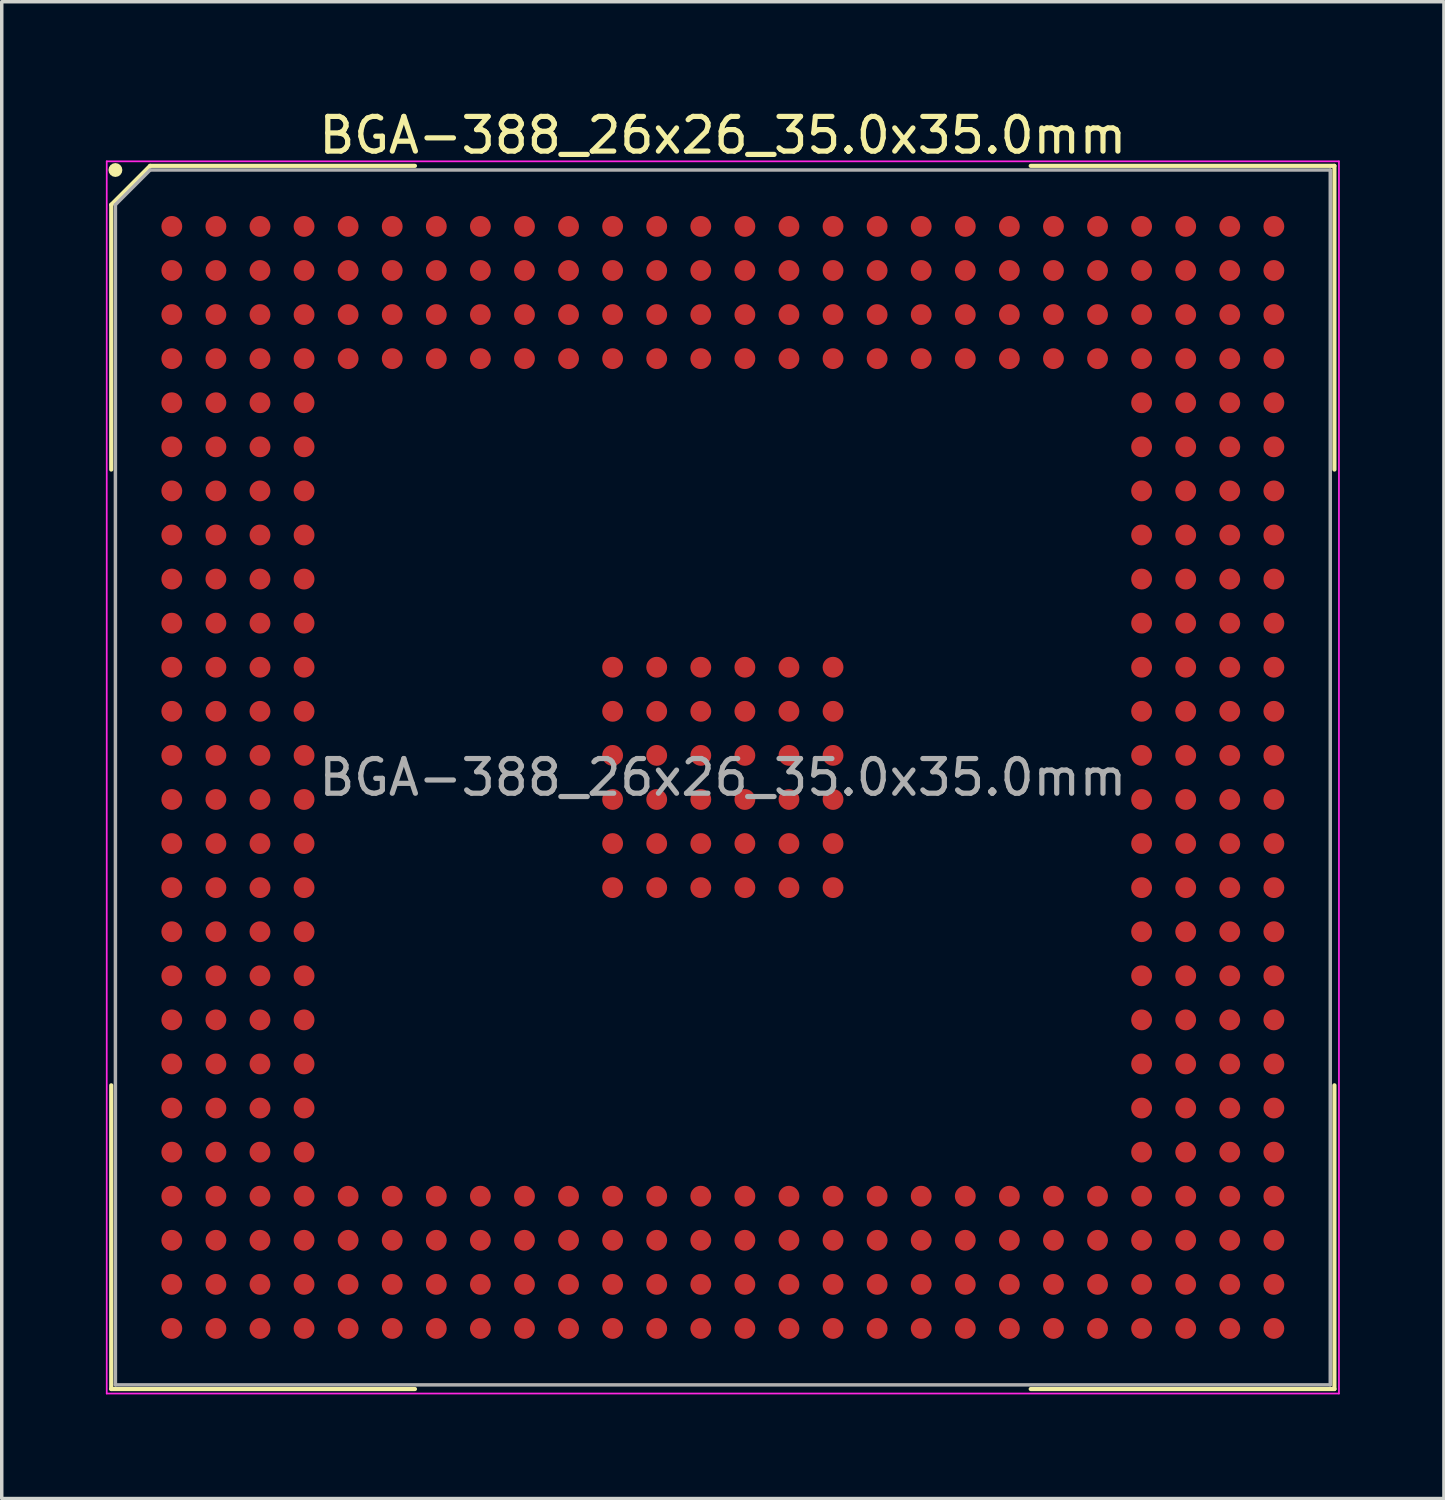
<source format=kicad_pcb>
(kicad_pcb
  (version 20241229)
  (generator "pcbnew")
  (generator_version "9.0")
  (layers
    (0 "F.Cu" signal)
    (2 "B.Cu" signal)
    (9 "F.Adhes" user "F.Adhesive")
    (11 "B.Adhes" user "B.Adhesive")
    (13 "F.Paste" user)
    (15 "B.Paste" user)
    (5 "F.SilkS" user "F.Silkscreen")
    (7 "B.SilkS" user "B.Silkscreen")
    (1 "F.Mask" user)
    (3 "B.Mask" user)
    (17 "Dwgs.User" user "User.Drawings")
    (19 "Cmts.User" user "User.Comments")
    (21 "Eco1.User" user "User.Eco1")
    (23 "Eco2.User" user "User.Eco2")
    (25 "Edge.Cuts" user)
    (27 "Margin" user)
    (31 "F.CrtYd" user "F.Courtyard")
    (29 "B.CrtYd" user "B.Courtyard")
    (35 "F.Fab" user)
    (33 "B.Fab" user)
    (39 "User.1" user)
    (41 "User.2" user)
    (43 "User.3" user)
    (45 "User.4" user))
  (footprint "BGA-388_26x26_35.0x35.0mm"
    (layer "F.Cu")
    (at 17.775 19.348)
    (property "Reference" "BGA-388_26x26_35.0x35.0mm" (at 0 -18.5 0) (layer "F.SilkS") (effects (font (size 1 1) (thickness 0.15))))
    (attr smd)
    (fp_line (start -17.62 -16.5) (end -17.62 -8.87) (stroke (width 0.12) (type default)) (layer "F.SilkS"))
    (fp_line (start -17.62 17.62) (end -17.62 8.87) (stroke (width 0.12) (type default)) (layer "F.SilkS"))
    (fp_line (start -16.5 -17.62) (end -17.62 -16.5) (stroke (width 0.12) (type default)) (layer "F.SilkS"))
    (fp_line (start -8.87 -17.62) (end -16.5 -17.62) (stroke (width 0.12) (type default)) (layer "F.SilkS"))
    (fp_line (start -8.87 17.62) (end -17.62 17.62) (stroke (width 0.12) (type default)) (layer "F.SilkS"))
    (fp_line (start 8.87 -17.62) (end 17.62 -17.62) (stroke (width 0.12) (type default)) (layer "F.SilkS"))
    (fp_line (start 8.87 17.62) (end 17.62 17.62) (stroke (width 0.12) (type default)) (layer "F.SilkS"))
    (fp_line (start 17.62 -17.62) (end 17.62 -8.87) (stroke (width 0.12) (type default)) (layer "F.SilkS"))
    (fp_line (start 17.62 17.62) (end 17.62 8.87) (stroke (width 0.12) (type default)) (layer "F.SilkS"))
    (fp_circle (center -17.5 -17.5) (end -17.5 -17.4) (stroke (width 0.2) (type default)) (fill no) (layer "F.SilkS"))
    (fp_line (start -17.75 -17.75) (end 17.75 -17.75) (stroke (width 0.05) (type default)) (layer "F.CrtYd"))
    (fp_line (start -17.75 17.75) (end -17.75 -17.75) (stroke (width 0.05) (type default)) (layer "F.CrtYd"))
    (fp_line (start 17.75 -17.75) (end 17.75 17.75) (stroke (width 0.05) (type default)) (layer "F.CrtYd"))
    (fp_line (start 17.75 17.75) (end -17.75 17.75) (stroke (width 0.05) (type default)) (layer "F.CrtYd"))
    (fp_line (start -17.5 -16.5) (end -17.5 17.5) (stroke (width 0.1) (type default)) (layer "F.Fab"))
    (fp_line (start -17.5 17.5) (end 17.5 17.5) (stroke (width 0.1) (type default)) (layer "F.Fab"))
    (fp_line (start -16.5 -17.5) (end -17.5 -16.5) (stroke (width 0.1) (type default)) (layer "F.Fab"))
    (fp_line (start 17.5 -17.5) (end -16.5 -17.5) (stroke (width 0.1) (type default)) (layer "F.Fab"))
    (fp_line (start 17.5 17.5) (end 17.5 -17.5) (stroke (width 0.1) (type default)) (layer "F.Fab"))
    (fp_text user "${REFERENCE}" (at 0 0 0) (layer "F.Fab") (effects (font (size 1 1) (thickness 0.15))))
    (pad "A1" smd circle (at -15.875 -15.875) (size 0.6 0.6) (layers "F.Cu" "F.Mask" "F.Paste"))
    (pad "A2" smd circle (at -14.605 -15.875) (size 0.6 0.6) (layers "F.Cu" "F.Mask" "F.Paste"))
    (pad "A3" smd circle (at -13.335 -15.875) (size 0.6 0.6) (layers "F.Cu" "F.Mask" "F.Paste"))
    (pad "A4" smd circle (at -12.065 -15.875) (size 0.6 0.6) (layers "F.Cu" "F.Mask" "F.Paste"))
    (pad "A5" smd circle (at -10.795 -15.875) (size 0.6 0.6) (layers "F.Cu" "F.Mask" "F.Paste"))
    (pad "A6" smd circle (at -9.525 -15.875) (size 0.6 0.6) (layers "F.Cu" "F.Mask" "F.Paste"))
    (pad "A7" smd circle (at -8.255 -15.875) (size 0.6 0.6) (layers "F.Cu" "F.Mask" "F.Paste"))
    (pad "A8" smd circle (at -6.985 -15.875) (size 0.6 0.6) (layers "F.Cu" "F.Mask" "F.Paste"))
    (pad "A9" smd circle (at -5.715 -15.875) (size 0.6 0.6) (layers "F.Cu" "F.Mask" "F.Paste"))
    (pad "A10" smd circle (at -4.445 -15.875) (size 0.6 0.6) (layers "F.Cu" "F.Mask" "F.Paste"))
    (pad "A11" smd circle (at -3.175 -15.875) (size 0.6 0.6) (layers "F.Cu" "F.Mask" "F.Paste"))
    (pad "A12" smd circle (at -1.905 -15.875) (size 0.6 0.6) (layers "F.Cu" "F.Mask" "F.Paste"))
    (pad "A13" smd circle (at -0.635 -15.875) (size 0.6 0.6) (layers "F.Cu" "F.Mask" "F.Paste"))
    (pad "A14" smd circle (at 0.635 -15.875) (size 0.6 0.6) (layers "F.Cu" "F.Mask" "F.Paste"))
    (pad "A15" smd circle (at 1.905 -15.875) (size 0.6 0.6) (layers "F.Cu" "F.Mask" "F.Paste"))
    (pad "A16" smd circle (at 3.175 -15.875) (size 0.6 0.6) (layers "F.Cu" "F.Mask" "F.Paste"))
    (pad "A17" smd circle (at 4.445 -15.875) (size 0.6 0.6) (layers "F.Cu" "F.Mask" "F.Paste"))
    (pad "A18" smd circle (at 5.715 -15.875) (size 0.6 0.6) (layers "F.Cu" "F.Mask" "F.Paste"))
    (pad "A19" smd circle (at 6.985 -15.875) (size 0.6 0.6) (layers "F.Cu" "F.Mask" "F.Paste"))
    (pad "A20" smd circle (at 8.255 -15.875) (size 0.6 0.6) (layers "F.Cu" "F.Mask" "F.Paste"))
    (pad "A21" smd circle (at 9.525 -15.875) (size 0.6 0.6) (layers "F.Cu" "F.Mask" "F.Paste"))
    (pad "A22" smd circle (at 10.795 -15.875) (size 0.6 0.6) (layers "F.Cu" "F.Mask" "F.Paste"))
    (pad "A23" smd circle (at 12.065 -15.875) (size 0.6 0.6) (layers "F.Cu" "F.Mask" "F.Paste"))
    (pad "A24" smd circle (at 13.335 -15.875) (size 0.6 0.6) (layers "F.Cu" "F.Mask" "F.Paste"))
    (pad "A25" smd circle (at 14.605 -15.875) (size 0.6 0.6) (layers "F.Cu" "F.Mask" "F.Paste"))
    (pad "A26" smd circle (at 15.875 -15.875) (size 0.6 0.6) (layers "F.Cu" "F.Mask" "F.Paste"))
    (pad "AA1" smd circle (at -15.875 9.525) (size 0.6 0.6) (layers "F.Cu" "F.Mask" "F.Paste"))
    (pad "AA2" smd circle (at -14.605 9.525) (size 0.6 0.6) (layers "F.Cu" "F.Mask" "F.Paste"))
    (pad "AA3" smd circle (at -13.335 9.525) (size 0.6 0.6) (layers "F.Cu" "F.Mask" "F.Paste"))
    (pad "AA4" smd circle (at -12.065 9.525) (size 0.6 0.6) (layers "F.Cu" "F.Mask" "F.Paste"))
    (pad "AA23" smd circle (at 12.065 9.525) (size 0.6 0.6) (layers "F.Cu" "F.Mask" "F.Paste"))
    (pad "AA24" smd circle (at 13.335 9.525) (size 0.6 0.6) (layers "F.Cu" "F.Mask" "F.Paste"))
    (pad "AA25" smd circle (at 14.605 9.525) (size 0.6 0.6) (layers "F.Cu" "F.Mask" "F.Paste"))
    (pad "AA26" smd circle (at 15.875 9.525) (size 0.6 0.6) (layers "F.Cu" "F.Mask" "F.Paste"))
    (pad "AB1" smd circle (at -15.875 10.795) (size 0.6 0.6) (layers "F.Cu" "F.Mask" "F.Paste"))
    (pad "AB2" smd circle (at -14.605 10.795) (size 0.6 0.6) (layers "F.Cu" "F.Mask" "F.Paste"))
    (pad "AB3" smd circle (at -13.335 10.795) (size 0.6 0.6) (layers "F.Cu" "F.Mask" "F.Paste"))
    (pad "AB4" smd circle (at -12.065 10.795) (size 0.6 0.6) (layers "F.Cu" "F.Mask" "F.Paste"))
    (pad "AB23" smd circle (at 12.065 10.795) (size 0.6 0.6) (layers "F.Cu" "F.Mask" "F.Paste"))
    (pad "AB24" smd circle (at 13.335 10.795) (size 0.6 0.6) (layers "F.Cu" "F.Mask" "F.Paste"))
    (pad "AB25" smd circle (at 14.605 10.795) (size 0.6 0.6) (layers "F.Cu" "F.Mask" "F.Paste"))
    (pad "AB26" smd circle (at 15.875 10.795) (size 0.6 0.6) (layers "F.Cu" "F.Mask" "F.Paste"))
    (pad "AC1" smd circle (at -15.875 12.065) (size 0.6 0.6) (layers "F.Cu" "F.Mask" "F.Paste"))
    (pad "AC2" smd circle (at -14.605 12.065) (size 0.6 0.6) (layers "F.Cu" "F.Mask" "F.Paste"))
    (pad "AC3" smd circle (at -13.335 12.065) (size 0.6 0.6) (layers "F.Cu" "F.Mask" "F.Paste"))
    (pad "AC4" smd circle (at -12.065 12.065) (size 0.6 0.6) (layers "F.Cu" "F.Mask" "F.Paste"))
    (pad "AC5" smd circle (at -10.795 12.065) (size 0.6 0.6) (layers "F.Cu" "F.Mask" "F.Paste"))
    (pad "AC6" smd circle (at -9.525 12.065) (size 0.6 0.6) (layers "F.Cu" "F.Mask" "F.Paste"))
    (pad "AC7" smd circle (at -8.255 12.065) (size 0.6 0.6) (layers "F.Cu" "F.Mask" "F.Paste"))
    (pad "AC8" smd circle (at -6.985 12.065) (size 0.6 0.6) (layers "F.Cu" "F.Mask" "F.Paste"))
    (pad "AC9" smd circle (at -5.715 12.065) (size 0.6 0.6) (layers "F.Cu" "F.Mask" "F.Paste"))
    (pad "AC10" smd circle (at -4.445 12.065) (size 0.6 0.6) (layers "F.Cu" "F.Mask" "F.Paste"))
    (pad "AC11" smd circle (at -3.175 12.065) (size 0.6 0.6) (layers "F.Cu" "F.Mask" "F.Paste"))
    (pad "AC12" smd circle (at -1.905 12.065) (size 0.6 0.6) (layers "F.Cu" "F.Mask" "F.Paste"))
    (pad "AC13" smd circle (at -0.635 12.065) (size 0.6 0.6) (layers "F.Cu" "F.Mask" "F.Paste"))
    (pad "AC14" smd circle (at 0.635 12.065) (size 0.6 0.6) (layers "F.Cu" "F.Mask" "F.Paste"))
    (pad "AC15" smd circle (at 1.905 12.065) (size 0.6 0.6) (layers "F.Cu" "F.Mask" "F.Paste"))
    (pad "AC16" smd circle (at 3.175 12.065) (size 0.6 0.6) (layers "F.Cu" "F.Mask" "F.Paste"))
    (pad "AC17" smd circle (at 4.445 12.065) (size 0.6 0.6) (layers "F.Cu" "F.Mask" "F.Paste"))
    (pad "AC18" smd circle (at 5.715 12.065) (size 0.6 0.6) (layers "F.Cu" "F.Mask" "F.Paste"))
    (pad "AC19" smd circle (at 6.985 12.065) (size 0.6 0.6) (layers "F.Cu" "F.Mask" "F.Paste"))
    (pad "AC20" smd circle (at 8.255 12.065) (size 0.6 0.6) (layers "F.Cu" "F.Mask" "F.Paste"))
    (pad "AC21" smd circle (at 9.525 12.065) (size 0.6 0.6) (layers "F.Cu" "F.Mask" "F.Paste"))
    (pad "AC22" smd circle (at 10.795 12.065) (size 0.6 0.6) (layers "F.Cu" "F.Mask" "F.Paste"))
    (pad "AC23" smd circle (at 12.065 12.065) (size 0.6 0.6) (layers "F.Cu" "F.Mask" "F.Paste"))
    (pad "AC24" smd circle (at 13.335 12.065) (size 0.6 0.6) (layers "F.Cu" "F.Mask" "F.Paste"))
    (pad "AC25" smd circle (at 14.605 12.065) (size 0.6 0.6) (layers "F.Cu" "F.Mask" "F.Paste"))
    (pad "AC26" smd circle (at 15.875 12.065) (size 0.6 0.6) (layers "F.Cu" "F.Mask" "F.Paste"))
    (pad "AD1" smd circle (at -15.875 13.335) (size 0.6 0.6) (layers "F.Cu" "F.Mask" "F.Paste"))
    (pad "AD2" smd circle (at -14.605 13.335) (size 0.6 0.6) (layers "F.Cu" "F.Mask" "F.Paste"))
    (pad "AD3" smd circle (at -13.335 13.335) (size 0.6 0.6) (layers "F.Cu" "F.Mask" "F.Paste"))
    (pad "AD4" smd circle (at -12.065 13.335) (size 0.6 0.6) (layers "F.Cu" "F.Mask" "F.Paste"))
    (pad "AD5" smd circle (at -10.795 13.335) (size 0.6 0.6) (layers "F.Cu" "F.Mask" "F.Paste"))
    (pad "AD6" smd circle (at -9.525 13.335) (size 0.6 0.6) (layers "F.Cu" "F.Mask" "F.Paste"))
    (pad "AD7" smd circle (at -8.255 13.335) (size 0.6 0.6) (layers "F.Cu" "F.Mask" "F.Paste"))
    (pad "AD8" smd circle (at -6.985 13.335) (size 0.6 0.6) (layers "F.Cu" "F.Mask" "F.Paste"))
    (pad "AD9" smd circle (at -5.715 13.335) (size 0.6 0.6) (layers "F.Cu" "F.Mask" "F.Paste"))
    (pad "AD10" smd circle (at -4.445 13.335) (size 0.6 0.6) (layers "F.Cu" "F.Mask" "F.Paste"))
    (pad "AD11" smd circle (at -3.175 13.335) (size 0.6 0.6) (layers "F.Cu" "F.Mask" "F.Paste"))
    (pad "AD12" smd circle (at -1.905 13.335) (size 0.6 0.6) (layers "F.Cu" "F.Mask" "F.Paste"))
    (pad "AD13" smd circle (at -0.635 13.335) (size 0.6 0.6) (layers "F.Cu" "F.Mask" "F.Paste"))
    (pad "AD14" smd circle (at 0.635 13.335) (size 0.6 0.6) (layers "F.Cu" "F.Mask" "F.Paste"))
    (pad "AD15" smd circle (at 1.905 13.335) (size 0.6 0.6) (layers "F.Cu" "F.Mask" "F.Paste"))
    (pad "AD16" smd circle (at 3.175 13.335) (size 0.6 0.6) (layers "F.Cu" "F.Mask" "F.Paste"))
    (pad "AD17" smd circle (at 4.445 13.335) (size 0.6 0.6) (layers "F.Cu" "F.Mask" "F.Paste"))
    (pad "AD18" smd circle (at 5.715 13.335) (size 0.6 0.6) (layers "F.Cu" "F.Mask" "F.Paste"))
    (pad "AD19" smd circle (at 6.985 13.335) (size 0.6 0.6) (layers "F.Cu" "F.Mask" "F.Paste"))
    (pad "AD20" smd circle (at 8.255 13.335) (size 0.6 0.6) (layers "F.Cu" "F.Mask" "F.Paste"))
    (pad "AD21" smd circle (at 9.525 13.335) (size 0.6 0.6) (layers "F.Cu" "F.Mask" "F.Paste"))
    (pad "AD22" smd circle (at 10.795 13.335) (size 0.6 0.6) (layers "F.Cu" "F.Mask" "F.Paste"))
    (pad "AD23" smd circle (at 12.065 13.335) (size 0.6 0.6) (layers "F.Cu" "F.Mask" "F.Paste"))
    (pad "AD24" smd circle (at 13.335 13.335) (size 0.6 0.6) (layers "F.Cu" "F.Mask" "F.Paste"))
    (pad "AD25" smd circle (at 14.605 13.335) (size 0.6 0.6) (layers "F.Cu" "F.Mask" "F.Paste"))
    (pad "AD26" smd circle (at 15.875 13.335) (size 0.6 0.6) (layers "F.Cu" "F.Mask" "F.Paste"))
    (pad "AE1" smd circle (at -15.875 14.605) (size 0.6 0.6) (layers "F.Cu" "F.Mask" "F.Paste"))
    (pad "AE2" smd circle (at -14.605 14.605) (size 0.6 0.6) (layers "F.Cu" "F.Mask" "F.Paste"))
    (pad "AE3" smd circle (at -13.335 14.605) (size 0.6 0.6) (layers "F.Cu" "F.Mask" "F.Paste"))
    (pad "AE4" smd circle (at -12.065 14.605) (size 0.6 0.6) (layers "F.Cu" "F.Mask" "F.Paste"))
    (pad "AE5" smd circle (at -10.795 14.605) (size 0.6 0.6) (layers "F.Cu" "F.Mask" "F.Paste"))
    (pad "AE6" smd circle (at -9.525 14.605) (size 0.6 0.6) (layers "F.Cu" "F.Mask" "F.Paste"))
    (pad "AE7" smd circle (at -8.255 14.605) (size 0.6 0.6) (layers "F.Cu" "F.Mask" "F.Paste"))
    (pad "AE8" smd circle (at -6.985 14.605) (size 0.6 0.6) (layers "F.Cu" "F.Mask" "F.Paste"))
    (pad "AE9" smd circle (at -5.715 14.605) (size 0.6 0.6) (layers "F.Cu" "F.Mask" "F.Paste"))
    (pad "AE10" smd circle (at -4.445 14.605) (size 0.6 0.6) (layers "F.Cu" "F.Mask" "F.Paste"))
    (pad "AE11" smd circle (at -3.175 14.605) (size 0.6 0.6) (layers "F.Cu" "F.Mask" "F.Paste"))
    (pad "AE12" smd circle (at -1.905 14.605) (size 0.6 0.6) (layers "F.Cu" "F.Mask" "F.Paste"))
    (pad "AE13" smd circle (at -0.635 14.605) (size 0.6 0.6) (layers "F.Cu" "F.Mask" "F.Paste"))
    (pad "AE14" smd circle (at 0.635 14.605) (size 0.6 0.6) (layers "F.Cu" "F.Mask" "F.Paste"))
    (pad "AE15" smd circle (at 1.905 14.605) (size 0.6 0.6) (layers "F.Cu" "F.Mask" "F.Paste"))
    (pad "AE16" smd circle (at 3.175 14.605) (size 0.6 0.6) (layers "F.Cu" "F.Mask" "F.Paste"))
    (pad "AE17" smd circle (at 4.445 14.605) (size 0.6 0.6) (layers "F.Cu" "F.Mask" "F.Paste"))
    (pad "AE18" smd circle (at 5.715 14.605) (size 0.6 0.6) (layers "F.Cu" "F.Mask" "F.Paste"))
    (pad "AE19" smd circle (at 6.985 14.605) (size 0.6 0.6) (layers "F.Cu" "F.Mask" "F.Paste"))
    (pad "AE20" smd circle (at 8.255 14.605) (size 0.6 0.6) (layers "F.Cu" "F.Mask" "F.Paste"))
    (pad "AE21" smd circle (at 9.525 14.605) (size 0.6 0.6) (layers "F.Cu" "F.Mask" "F.Paste"))
    (pad "AE22" smd circle (at 10.795 14.605) (size 0.6 0.6) (layers "F.Cu" "F.Mask" "F.Paste"))
    (pad "AE23" smd circle (at 12.065 14.605) (size 0.6 0.6) (layers "F.Cu" "F.Mask" "F.Paste"))
    (pad "AE24" smd circle (at 13.335 14.605) (size 0.6 0.6) (layers "F.Cu" "F.Mask" "F.Paste"))
    (pad "AE25" smd circle (at 14.605 14.605) (size 0.6 0.6) (layers "F.Cu" "F.Mask" "F.Paste"))
    (pad "AE26" smd circle (at 15.875 14.605) (size 0.6 0.6) (layers "F.Cu" "F.Mask" "F.Paste"))
    (pad "AF1" smd circle (at -15.875 15.875) (size 0.6 0.6) (layers "F.Cu" "F.Mask" "F.Paste"))
    (pad "AF2" smd circle (at -14.605 15.875) (size 0.6 0.6) (layers "F.Cu" "F.Mask" "F.Paste"))
    (pad "AF3" smd circle (at -13.335 15.875) (size 0.6 0.6) (layers "F.Cu" "F.Mask" "F.Paste"))
    (pad "AF4" smd circle (at -12.065 15.875) (size 0.6 0.6) (layers "F.Cu" "F.Mask" "F.Paste"))
    (pad "AF5" smd circle (at -10.795 15.875) (size 0.6 0.6) (layers "F.Cu" "F.Mask" "F.Paste"))
    (pad "AF6" smd circle (at -9.525 15.875) (size 0.6 0.6) (layers "F.Cu" "F.Mask" "F.Paste"))
    (pad "AF7" smd circle (at -8.255 15.875) (size 0.6 0.6) (layers "F.Cu" "F.Mask" "F.Paste"))
    (pad "AF8" smd circle (at -6.985 15.875) (size 0.6 0.6) (layers "F.Cu" "F.Mask" "F.Paste"))
    (pad "AF9" smd circle (at -5.715 15.875) (size 0.6 0.6) (layers "F.Cu" "F.Mask" "F.Paste"))
    (pad "AF10" smd circle (at -4.445 15.875) (size 0.6 0.6) (layers "F.Cu" "F.Mask" "F.Paste"))
    (pad "AF11" smd circle (at -3.175 15.875) (size 0.6 0.6) (layers "F.Cu" "F.Mask" "F.Paste"))
    (pad "AF12" smd circle (at -1.905 15.875) (size 0.6 0.6) (layers "F.Cu" "F.Mask" "F.Paste"))
    (pad "AF13" smd circle (at -0.635 15.875) (size 0.6 0.6) (layers "F.Cu" "F.Mask" "F.Paste"))
    (pad "AF14" smd circle (at 0.635 15.875) (size 0.6 0.6) (layers "F.Cu" "F.Mask" "F.Paste"))
    (pad "AF15" smd circle (at 1.905 15.875) (size 0.6 0.6) (layers "F.Cu" "F.Mask" "F.Paste"))
    (pad "AF16" smd circle (at 3.175 15.875) (size 0.6 0.6) (layers "F.Cu" "F.Mask" "F.Paste"))
    (pad "AF17" smd circle (at 4.445 15.875) (size 0.6 0.6) (layers "F.Cu" "F.Mask" "F.Paste"))
    (pad "AF18" smd circle (at 5.715 15.875) (size 0.6 0.6) (layers "F.Cu" "F.Mask" "F.Paste"))
    (pad "AF19" smd circle (at 6.985 15.875) (size 0.6 0.6) (layers "F.Cu" "F.Mask" "F.Paste"))
    (pad "AF20" smd circle (at 8.255 15.875) (size 0.6 0.6) (layers "F.Cu" "F.Mask" "F.Paste"))
    (pad "AF21" smd circle (at 9.525 15.875) (size 0.6 0.6) (layers "F.Cu" "F.Mask" "F.Paste"))
    (pad "AF22" smd circle (at 10.795 15.875) (size 0.6 0.6) (layers "F.Cu" "F.Mask" "F.Paste"))
    (pad "AF23" smd circle (at 12.065 15.875) (size 0.6 0.6) (layers "F.Cu" "F.Mask" "F.Paste"))
    (pad "AF24" smd circle (at 13.335 15.875) (size 0.6 0.6) (layers "F.Cu" "F.Mask" "F.Paste"))
    (pad "AF25" smd circle (at 14.605 15.875) (size 0.6 0.6) (layers "F.Cu" "F.Mask" "F.Paste"))
    (pad "AF26" smd circle (at 15.875 15.875) (size 0.6 0.6) (layers "F.Cu" "F.Mask" "F.Paste"))
    (pad "B1" smd circle (at -15.875 -14.605) (size 0.6 0.6) (layers "F.Cu" "F.Mask" "F.Paste"))
    (pad "B2" smd circle (at -14.605 -14.605) (size 0.6 0.6) (layers "F.Cu" "F.Mask" "F.Paste"))
    (pad "B3" smd circle (at -13.335 -14.605) (size 0.6 0.6) (layers "F.Cu" "F.Mask" "F.Paste"))
    (pad "B4" smd circle (at -12.065 -14.605) (size 0.6 0.6) (layers "F.Cu" "F.Mask" "F.Paste"))
    (pad "B5" smd circle (at -10.795 -14.605) (size 0.6 0.6) (layers "F.Cu" "F.Mask" "F.Paste"))
    (pad "B6" smd circle (at -9.525 -14.605) (size 0.6 0.6) (layers "F.Cu" "F.Mask" "F.Paste"))
    (pad "B7" smd circle (at -8.255 -14.605) (size 0.6 0.6) (layers "F.Cu" "F.Mask" "F.Paste"))
    (pad "B8" smd circle (at -6.985 -14.605) (size 0.6 0.6) (layers "F.Cu" "F.Mask" "F.Paste"))
    (pad "B9" smd circle (at -5.715 -14.605) (size 0.6 0.6) (layers "F.Cu" "F.Mask" "F.Paste"))
    (pad "B10" smd circle (at -4.445 -14.605) (size 0.6 0.6) (layers "F.Cu" "F.Mask" "F.Paste"))
    (pad "B11" smd circle (at -3.175 -14.605) (size 0.6 0.6) (layers "F.Cu" "F.Mask" "F.Paste"))
    (pad "B12" smd circle (at -1.905 -14.605) (size 0.6 0.6) (layers "F.Cu" "F.Mask" "F.Paste"))
    (pad "B13" smd circle (at -0.635 -14.605) (size 0.6 0.6) (layers "F.Cu" "F.Mask" "F.Paste"))
    (pad "B14" smd circle (at 0.635 -14.605) (size 0.6 0.6) (layers "F.Cu" "F.Mask" "F.Paste"))
    (pad "B15" smd circle (at 1.905 -14.605) (size 0.6 0.6) (layers "F.Cu" "F.Mask" "F.Paste"))
    (pad "B16" smd circle (at 3.175 -14.605) (size 0.6 0.6) (layers "F.Cu" "F.Mask" "F.Paste"))
    (pad "B17" smd circle (at 4.445 -14.605) (size 0.6 0.6) (layers "F.Cu" "F.Mask" "F.Paste"))
    (pad "B18" smd circle (at 5.715 -14.605) (size 0.6 0.6) (layers "F.Cu" "F.Mask" "F.Paste"))
    (pad "B19" smd circle (at 6.985 -14.605) (size 0.6 0.6) (layers "F.Cu" "F.Mask" "F.Paste"))
    (pad "B20" smd circle (at 8.255 -14.605) (size 0.6 0.6) (layers "F.Cu" "F.Mask" "F.Paste"))
    (pad "B21" smd circle (at 9.525 -14.605) (size 0.6 0.6) (layers "F.Cu" "F.Mask" "F.Paste"))
    (pad "B22" smd circle (at 10.795 -14.605) (size 0.6 0.6) (layers "F.Cu" "F.Mask" "F.Paste"))
    (pad "B23" smd circle (at 12.065 -14.605) (size 0.6 0.6) (layers "F.Cu" "F.Mask" "F.Paste"))
    (pad "B24" smd circle (at 13.335 -14.605) (size 0.6 0.6) (layers "F.Cu" "F.Mask" "F.Paste"))
    (pad "B25" smd circle (at 14.605 -14.605) (size 0.6 0.6) (layers "F.Cu" "F.Mask" "F.Paste"))
    (pad "B26" smd circle (at 15.875 -14.605) (size 0.6 0.6) (layers "F.Cu" "F.Mask" "F.Paste"))
    (pad "C1" smd circle (at -15.875 -13.335) (size 0.6 0.6) (layers "F.Cu" "F.Mask" "F.Paste"))
    (pad "C2" smd circle (at -14.605 -13.335) (size 0.6 0.6) (layers "F.Cu" "F.Mask" "F.Paste"))
    (pad "C3" smd circle (at -13.335 -13.335) (size 0.6 0.6) (layers "F.Cu" "F.Mask" "F.Paste"))
    (pad "C4" smd circle (at -12.065 -13.335) (size 0.6 0.6) (layers "F.Cu" "F.Mask" "F.Paste"))
    (pad "C5" smd circle (at -10.795 -13.335) (size 0.6 0.6) (layers "F.Cu" "F.Mask" "F.Paste"))
    (pad "C6" smd circle (at -9.525 -13.335) (size 0.6 0.6) (layers "F.Cu" "F.Mask" "F.Paste"))
    (pad "C7" smd circle (at -8.255 -13.335) (size 0.6 0.6) (layers "F.Cu" "F.Mask" "F.Paste"))
    (pad "C8" smd circle (at -6.985 -13.335) (size 0.6 0.6) (layers "F.Cu" "F.Mask" "F.Paste"))
    (pad "C9" smd circle (at -5.715 -13.335) (size 0.6 0.6) (layers "F.Cu" "F.Mask" "F.Paste"))
    (pad "C10" smd circle (at -4.445 -13.335) (size 0.6 0.6) (layers "F.Cu" "F.Mask" "F.Paste"))
    (pad "C11" smd circle (at -3.175 -13.335) (size 0.6 0.6) (layers "F.Cu" "F.Mask" "F.Paste"))
    (pad "C12" smd circle (at -1.905 -13.335) (size 0.6 0.6) (layers "F.Cu" "F.Mask" "F.Paste"))
    (pad "C13" smd circle (at -0.635 -13.335) (size 0.6 0.6) (layers "F.Cu" "F.Mask" "F.Paste"))
    (pad "C14" smd circle (at 0.635 -13.335) (size 0.6 0.6) (layers "F.Cu" "F.Mask" "F.Paste"))
    (pad "C15" smd circle (at 1.905 -13.335) (size 0.6 0.6) (layers "F.Cu" "F.Mask" "F.Paste"))
    (pad "C16" smd circle (at 3.175 -13.335) (size 0.6 0.6) (layers "F.Cu" "F.Mask" "F.Paste"))
    (pad "C17" smd circle (at 4.445 -13.335) (size 0.6 0.6) (layers "F.Cu" "F.Mask" "F.Paste"))
    (pad "C18" smd circle (at 5.715 -13.335) (size 0.6 0.6) (layers "F.Cu" "F.Mask" "F.Paste"))
    (pad "C19" smd circle (at 6.985 -13.335) (size 0.6 0.6) (layers "F.Cu" "F.Mask" "F.Paste"))
    (pad "C20" smd circle (at 8.255 -13.335) (size 0.6 0.6) (layers "F.Cu" "F.Mask" "F.Paste"))
    (pad "C21" smd circle (at 9.525 -13.335) (size 0.6 0.6) (layers "F.Cu" "F.Mask" "F.Paste"))
    (pad "C22" smd circle (at 10.795 -13.335) (size 0.6 0.6) (layers "F.Cu" "F.Mask" "F.Paste"))
    (pad "C23" smd circle (at 12.065 -13.335) (size 0.6 0.6) (layers "F.Cu" "F.Mask" "F.Paste"))
    (pad "C24" smd circle (at 13.335 -13.335) (size 0.6 0.6) (layers "F.Cu" "F.Mask" "F.Paste"))
    (pad "C25" smd circle (at 14.605 -13.335) (size 0.6 0.6) (layers "F.Cu" "F.Mask" "F.Paste"))
    (pad "C26" smd circle (at 15.875 -13.335) (size 0.6 0.6) (layers "F.Cu" "F.Mask" "F.Paste"))
    (pad "D1" smd circle (at -15.875 -12.065) (size 0.6 0.6) (layers "F.Cu" "F.Mask" "F.Paste"))
    (pad "D2" smd circle (at -14.605 -12.065) (size 0.6 0.6) (layers "F.Cu" "F.Mask" "F.Paste"))
    (pad "D3" smd circle (at -13.335 -12.065) (size 0.6 0.6) (layers "F.Cu" "F.Mask" "F.Paste"))
    (pad "D4" smd circle (at -12.065 -12.065) (size 0.6 0.6) (layers "F.Cu" "F.Mask" "F.Paste"))
    (pad "D5" smd circle (at -10.795 -12.065) (size 0.6 0.6) (layers "F.Cu" "F.Mask" "F.Paste"))
    (pad "D6" smd circle (at -9.525 -12.065) (size 0.6 0.6) (layers "F.Cu" "F.Mask" "F.Paste"))
    (pad "D7" smd circle (at -8.255 -12.065) (size 0.6 0.6) (layers "F.Cu" "F.Mask" "F.Paste"))
    (pad "D8" smd circle (at -6.985 -12.065) (size 0.6 0.6) (layers "F.Cu" "F.Mask" "F.Paste"))
    (pad "D9" smd circle (at -5.715 -12.065) (size 0.6 0.6) (layers "F.Cu" "F.Mask" "F.Paste"))
    (pad "D10" smd circle (at -4.445 -12.065) (size 0.6 0.6) (layers "F.Cu" "F.Mask" "F.Paste"))
    (pad "D11" smd circle (at -3.175 -12.065) (size 0.6 0.6) (layers "F.Cu" "F.Mask" "F.Paste"))
    (pad "D12" smd circle (at -1.905 -12.065) (size 0.6 0.6) (layers "F.Cu" "F.Mask" "F.Paste"))
    (pad "D13" smd circle (at -0.635 -12.065) (size 0.6 0.6) (layers "F.Cu" "F.Mask" "F.Paste"))
    (pad "D14" smd circle (at 0.635 -12.065) (size 0.6 0.6) (layers "F.Cu" "F.Mask" "F.Paste"))
    (pad "D15" smd circle (at 1.905 -12.065) (size 0.6 0.6) (layers "F.Cu" "F.Mask" "F.Paste"))
    (pad "D16" smd circle (at 3.175 -12.065) (size 0.6 0.6) (layers "F.Cu" "F.Mask" "F.Paste"))
    (pad "D17" smd circle (at 4.445 -12.065) (size 0.6 0.6) (layers "F.Cu" "F.Mask" "F.Paste"))
    (pad "D18" smd circle (at 5.715 -12.065) (size 0.6 0.6) (layers "F.Cu" "F.Mask" "F.Paste"))
    (pad "D19" smd circle (at 6.985 -12.065) (size 0.6 0.6) (layers "F.Cu" "F.Mask" "F.Paste"))
    (pad "D20" smd circle (at 8.255 -12.065) (size 0.6 0.6) (layers "F.Cu" "F.Mask" "F.Paste"))
    (pad "D21" smd circle (at 9.525 -12.065) (size 0.6 0.6) (layers "F.Cu" "F.Mask" "F.Paste"))
    (pad "D22" smd circle (at 10.795 -12.065) (size 0.6 0.6) (layers "F.Cu" "F.Mask" "F.Paste"))
    (pad "D23" smd circle (at 12.065 -12.065) (size 0.6 0.6) (layers "F.Cu" "F.Mask" "F.Paste"))
    (pad "D24" smd circle (at 13.335 -12.065) (size 0.6 0.6) (layers "F.Cu" "F.Mask" "F.Paste"))
    (pad "D25" smd circle (at 14.605 -12.065) (size 0.6 0.6) (layers "F.Cu" "F.Mask" "F.Paste"))
    (pad "D26" smd circle (at 15.875 -12.065) (size 0.6 0.6) (layers "F.Cu" "F.Mask" "F.Paste"))
    (pad "E1" smd circle (at -15.875 -10.795) (size 0.6 0.6) (layers "F.Cu" "F.Mask" "F.Paste"))
    (pad "E2" smd circle (at -14.605 -10.795) (size 0.6 0.6) (layers "F.Cu" "F.Mask" "F.Paste"))
    (pad "E3" smd circle (at -13.335 -10.795) (size 0.6 0.6) (layers "F.Cu" "F.Mask" "F.Paste"))
    (pad "E4" smd circle (at -12.065 -10.795) (size 0.6 0.6) (layers "F.Cu" "F.Mask" "F.Paste"))
    (pad "E23" smd circle (at 12.065 -10.795) (size 0.6 0.6) (layers "F.Cu" "F.Mask" "F.Paste"))
    (pad "E24" smd circle (at 13.335 -10.795) (size 0.6 0.6) (layers "F.Cu" "F.Mask" "F.Paste"))
    (pad "E25" smd circle (at 14.605 -10.795) (size 0.6 0.6) (layers "F.Cu" "F.Mask" "F.Paste"))
    (pad "E26" smd circle (at 15.875 -10.795) (size 0.6 0.6) (layers "F.Cu" "F.Mask" "F.Paste"))
    (pad "F1" smd circle (at -15.875 -9.525) (size 0.6 0.6) (layers "F.Cu" "F.Mask" "F.Paste"))
    (pad "F2" smd circle (at -14.605 -9.525) (size 0.6 0.6) (layers "F.Cu" "F.Mask" "F.Paste"))
    (pad "F3" smd circle (at -13.335 -9.525) (size 0.6 0.6) (layers "F.Cu" "F.Mask" "F.Paste"))
    (pad "F4" smd circle (at -12.065 -9.525) (size 0.6 0.6) (layers "F.Cu" "F.Mask" "F.Paste"))
    (pad "F23" smd circle (at 12.065 -9.525) (size 0.6 0.6) (layers "F.Cu" "F.Mask" "F.Paste"))
    (pad "F24" smd circle (at 13.335 -9.525) (size 0.6 0.6) (layers "F.Cu" "F.Mask" "F.Paste"))
    (pad "F25" smd circle (at 14.605 -9.525) (size 0.6 0.6) (layers "F.Cu" "F.Mask" "F.Paste"))
    (pad "F26" smd circle (at 15.875 -9.525) (size 0.6 0.6) (layers "F.Cu" "F.Mask" "F.Paste"))
    (pad "G1" smd circle (at -15.875 -8.255) (size 0.6 0.6) (layers "F.Cu" "F.Mask" "F.Paste"))
    (pad "G2" smd circle (at -14.605 -8.255) (size 0.6 0.6) (layers "F.Cu" "F.Mask" "F.Paste"))
    (pad "G3" smd circle (at -13.335 -8.255) (size 0.6 0.6) (layers "F.Cu" "F.Mask" "F.Paste"))
    (pad "G4" smd circle (at -12.065 -8.255) (size 0.6 0.6) (layers "F.Cu" "F.Mask" "F.Paste"))
    (pad "G23" smd circle (at 12.065 -8.255) (size 0.6 0.6) (layers "F.Cu" "F.Mask" "F.Paste"))
    (pad "G24" smd circle (at 13.335 -8.255) (size 0.6 0.6) (layers "F.Cu" "F.Mask" "F.Paste"))
    (pad "G25" smd circle (at 14.605 -8.255) (size 0.6 0.6) (layers "F.Cu" "F.Mask" "F.Paste"))
    (pad "G26" smd circle (at 15.875 -8.255) (size 0.6 0.6) (layers "F.Cu" "F.Mask" "F.Paste"))
    (pad "H1" smd circle (at -15.875 -6.985) (size 0.6 0.6) (layers "F.Cu" "F.Mask" "F.Paste"))
    (pad "H2" smd circle (at -14.605 -6.985) (size 0.6 0.6) (layers "F.Cu" "F.Mask" "F.Paste"))
    (pad "H3" smd circle (at -13.335 -6.985) (size 0.6 0.6) (layers "F.Cu" "F.Mask" "F.Paste"))
    (pad "H4" smd circle (at -12.065 -6.985) (size 0.6 0.6) (layers "F.Cu" "F.Mask" "F.Paste"))
    (pad "H23" smd circle (at 12.065 -6.985) (size 0.6 0.6) (layers "F.Cu" "F.Mask" "F.Paste"))
    (pad "H24" smd circle (at 13.335 -6.985) (size 0.6 0.6) (layers "F.Cu" "F.Mask" "F.Paste"))
    (pad "H25" smd circle (at 14.605 -6.985) (size 0.6 0.6) (layers "F.Cu" "F.Mask" "F.Paste"))
    (pad "H26" smd circle (at 15.875 -6.985) (size 0.6 0.6) (layers "F.Cu" "F.Mask" "F.Paste"))
    (pad "J1" smd circle (at -15.875 -5.715) (size 0.6 0.6) (layers "F.Cu" "F.Mask" "F.Paste"))
    (pad "J2" smd circle (at -14.605 -5.715) (size 0.6 0.6) (layers "F.Cu" "F.Mask" "F.Paste"))
    (pad "J3" smd circle (at -13.335 -5.715) (size 0.6 0.6) (layers "F.Cu" "F.Mask" "F.Paste"))
    (pad "J4" smd circle (at -12.065 -5.715) (size 0.6 0.6) (layers "F.Cu" "F.Mask" "F.Paste"))
    (pad "J23" smd circle (at 12.065 -5.715) (size 0.6 0.6) (layers "F.Cu" "F.Mask" "F.Paste"))
    (pad "J24" smd circle (at 13.335 -5.715) (size 0.6 0.6) (layers "F.Cu" "F.Mask" "F.Paste"))
    (pad "J25" smd circle (at 14.605 -5.715) (size 0.6 0.6) (layers "F.Cu" "F.Mask" "F.Paste"))
    (pad "J26" smd circle (at 15.875 -5.715) (size 0.6 0.6) (layers "F.Cu" "F.Mask" "F.Paste"))
    (pad "K1" smd circle (at -15.875 -4.445) (size 0.6 0.6) (layers "F.Cu" "F.Mask" "F.Paste"))
    (pad "K2" smd circle (at -14.605 -4.445) (size 0.6 0.6) (layers "F.Cu" "F.Mask" "F.Paste"))
    (pad "K3" smd circle (at -13.335 -4.445) (size 0.6 0.6) (layers "F.Cu" "F.Mask" "F.Paste"))
    (pad "K4" smd circle (at -12.065 -4.445) (size 0.6 0.6) (layers "F.Cu" "F.Mask" "F.Paste"))
    (pad "K23" smd circle (at 12.065 -4.445) (size 0.6 0.6) (layers "F.Cu" "F.Mask" "F.Paste"))
    (pad "K24" smd circle (at 13.335 -4.445) (size 0.6 0.6) (layers "F.Cu" "F.Mask" "F.Paste"))
    (pad "K25" smd circle (at 14.605 -4.445) (size 0.6 0.6) (layers "F.Cu" "F.Mask" "F.Paste"))
    (pad "K26" smd circle (at 15.875 -4.445) (size 0.6 0.6) (layers "F.Cu" "F.Mask" "F.Paste"))
    (pad "L1" smd circle (at -15.875 -3.175) (size 0.6 0.6) (layers "F.Cu" "F.Mask" "F.Paste"))
    (pad "L2" smd circle (at -14.605 -3.175) (size 0.6 0.6) (layers "F.Cu" "F.Mask" "F.Paste"))
    (pad "L3" smd circle (at -13.335 -3.175) (size 0.6 0.6) (layers "F.Cu" "F.Mask" "F.Paste"))
    (pad "L4" smd circle (at -12.065 -3.175) (size 0.6 0.6) (layers "F.Cu" "F.Mask" "F.Paste"))
    (pad "L11" smd circle (at -3.175 -3.175) (size 0.6 0.6) (layers "F.Cu" "F.Mask" "F.Paste"))
    (pad "L12" smd circle (at -1.905 -3.175) (size 0.6 0.6) (layers "F.Cu" "F.Mask" "F.Paste"))
    (pad "L13" smd circle (at -0.635 -3.175) (size 0.6 0.6) (layers "F.Cu" "F.Mask" "F.Paste"))
    (pad "L14" smd circle (at 0.635 -3.175) (size 0.6 0.6) (layers "F.Cu" "F.Mask" "F.Paste"))
    (pad "L15" smd circle (at 1.905 -3.175) (size 0.6 0.6) (layers "F.Cu" "F.Mask" "F.Paste"))
    (pad "L16" smd circle (at 3.175 -3.175) (size 0.6 0.6) (layers "F.Cu" "F.Mask" "F.Paste"))
    (pad "L23" smd circle (at 12.065 -3.175) (size 0.6 0.6) (layers "F.Cu" "F.Mask" "F.Paste"))
    (pad "L24" smd circle (at 13.335 -3.175) (size 0.6 0.6) (layers "F.Cu" "F.Mask" "F.Paste"))
    (pad "L25" smd circle (at 14.605 -3.175) (size 0.6 0.6) (layers "F.Cu" "F.Mask" "F.Paste"))
    (pad "L26" smd circle (at 15.875 -3.175) (size 0.6 0.6) (layers "F.Cu" "F.Mask" "F.Paste"))
    (pad "M1" smd circle (at -15.875 -1.905) (size 0.6 0.6) (layers "F.Cu" "F.Mask" "F.Paste"))
    (pad "M2" smd circle (at -14.605 -1.905) (size 0.6 0.6) (layers "F.Cu" "F.Mask" "F.Paste"))
    (pad "M3" smd circle (at -13.335 -1.905) (size 0.6 0.6) (layers "F.Cu" "F.Mask" "F.Paste"))
    (pad "M4" smd circle (at -12.065 -1.905) (size 0.6 0.6) (layers "F.Cu" "F.Mask" "F.Paste"))
    (pad "M11" smd circle (at -3.175 -1.905) (size 0.6 0.6) (layers "F.Cu" "F.Mask" "F.Paste"))
    (pad "M12" smd circle (at -1.905 -1.905) (size 0.6 0.6) (layers "F.Cu" "F.Mask" "F.Paste"))
    (pad "M13" smd circle (at -0.635 -1.905) (size 0.6 0.6) (layers "F.Cu" "F.Mask" "F.Paste"))
    (pad "M14" smd circle (at 0.635 -1.905) (size 0.6 0.6) (layers "F.Cu" "F.Mask" "F.Paste"))
    (pad "M15" smd circle (at 1.905 -1.905) (size 0.6 0.6) (layers "F.Cu" "F.Mask" "F.Paste"))
    (pad "M16" smd circle (at 3.175 -1.905) (size 0.6 0.6) (layers "F.Cu" "F.Mask" "F.Paste"))
    (pad "M23" smd circle (at 12.065 -1.905) (size 0.6 0.6) (layers "F.Cu" "F.Mask" "F.Paste"))
    (pad "M24" smd circle (at 13.335 -1.905) (size 0.6 0.6) (layers "F.Cu" "F.Mask" "F.Paste"))
    (pad "M25" smd circle (at 14.605 -1.905) (size 0.6 0.6) (layers "F.Cu" "F.Mask" "F.Paste"))
    (pad "M26" smd circle (at 15.875 -1.905) (size 0.6 0.6) (layers "F.Cu" "F.Mask" "F.Paste"))
    (pad "N1" smd circle (at -15.875 -0.635) (size 0.6 0.6) (layers "F.Cu" "F.Mask" "F.Paste"))
    (pad "N2" smd circle (at -14.605 -0.635) (size 0.6 0.6) (layers "F.Cu" "F.Mask" "F.Paste"))
    (pad "N3" smd circle (at -13.335 -0.635) (size 0.6 0.6) (layers "F.Cu" "F.Mask" "F.Paste"))
    (pad "N4" smd circle (at -12.065 -0.635) (size 0.6 0.6) (layers "F.Cu" "F.Mask" "F.Paste"))
    (pad "N11" smd circle (at -3.175 -0.635) (size 0.6 0.6) (layers "F.Cu" "F.Mask" "F.Paste"))
    (pad "N12" smd circle (at -1.905 -0.635) (size 0.6 0.6) (layers "F.Cu" "F.Mask" "F.Paste"))
    (pad "N13" smd circle (at -0.635 -0.635) (size 0.6 0.6) (layers "F.Cu" "F.Mask" "F.Paste"))
    (pad "N14" smd circle (at 0.635 -0.635) (size 0.6 0.6) (layers "F.Cu" "F.Mask" "F.Paste"))
    (pad "N15" smd circle (at 1.905 -0.635) (size 0.6 0.6) (layers "F.Cu" "F.Mask" "F.Paste"))
    (pad "N16" smd circle (at 3.175 -0.635) (size 0.6 0.6) (layers "F.Cu" "F.Mask" "F.Paste"))
    (pad "N23" smd circle (at 12.065 -0.635) (size 0.6 0.6) (layers "F.Cu" "F.Mask" "F.Paste"))
    (pad "N24" smd circle (at 13.335 -0.635) (size 0.6 0.6) (layers "F.Cu" "F.Mask" "F.Paste"))
    (pad "N25" smd circle (at 14.605 -0.635) (size 0.6 0.6) (layers "F.Cu" "F.Mask" "F.Paste"))
    (pad "N26" smd circle (at 15.875 -0.635) (size 0.6 0.6) (layers "F.Cu" "F.Mask" "F.Paste"))
    (pad "P1" smd circle (at -15.875 0.635) (size 0.6 0.6) (layers "F.Cu" "F.Mask" "F.Paste"))
    (pad "P2" smd circle (at -14.605 0.635) (size 0.6 0.6) (layers "F.Cu" "F.Mask" "F.Paste"))
    (pad "P3" smd circle (at -13.335 0.635) (size 0.6 0.6) (layers "F.Cu" "F.Mask" "F.Paste"))
    (pad "P4" smd circle (at -12.065 0.635) (size 0.6 0.6) (layers "F.Cu" "F.Mask" "F.Paste"))
    (pad "P11" smd circle (at -3.175 0.635) (size 0.6 0.6) (layers "F.Cu" "F.Mask" "F.Paste"))
    (pad "P12" smd circle (at -1.905 0.635) (size 0.6 0.6) (layers "F.Cu" "F.Mask" "F.Paste"))
    (pad "P13" smd circle (at -0.635 0.635) (size 0.6 0.6) (layers "F.Cu" "F.Mask" "F.Paste"))
    (pad "P14" smd circle (at 0.635 0.635) (size 0.6 0.6) (layers "F.Cu" "F.Mask" "F.Paste"))
    (pad "P15" smd circle (at 1.905 0.635) (size 0.6 0.6) (layers "F.Cu" "F.Mask" "F.Paste"))
    (pad "P16" smd circle (at 3.175 0.635) (size 0.6 0.6) (layers "F.Cu" "F.Mask" "F.Paste"))
    (pad "P23" smd circle (at 12.065 0.635) (size 0.6 0.6) (layers "F.Cu" "F.Mask" "F.Paste"))
    (pad "P24" smd circle (at 13.335 0.635) (size 0.6 0.6) (layers "F.Cu" "F.Mask" "F.Paste"))
    (pad "P25" smd circle (at 14.605 0.635) (size 0.6 0.6) (layers "F.Cu" "F.Mask" "F.Paste"))
    (pad "P26" smd circle (at 15.875 0.635) (size 0.6 0.6) (layers "F.Cu" "F.Mask" "F.Paste"))
    (pad "R1" smd circle (at -15.875 1.905) (size 0.6 0.6) (layers "F.Cu" "F.Mask" "F.Paste"))
    (pad "R2" smd circle (at -14.605 1.905) (size 0.6 0.6) (layers "F.Cu" "F.Mask" "F.Paste"))
    (pad "R3" smd circle (at -13.335 1.905) (size 0.6 0.6) (layers "F.Cu" "F.Mask" "F.Paste"))
    (pad "R4" smd circle (at -12.065 1.905) (size 0.6 0.6) (layers "F.Cu" "F.Mask" "F.Paste"))
    (pad "R11" smd circle (at -3.175 1.905) (size 0.6 0.6) (layers "F.Cu" "F.Mask" "F.Paste"))
    (pad "R12" smd circle (at -1.905 1.905) (size 0.6 0.6) (layers "F.Cu" "F.Mask" "F.Paste"))
    (pad "R13" smd circle (at -0.635 1.905) (size 0.6 0.6) (layers "F.Cu" "F.Mask" "F.Paste"))
    (pad "R14" smd circle (at 0.635 1.905) (size 0.6 0.6) (layers "F.Cu" "F.Mask" "F.Paste"))
    (pad "R15" smd circle (at 1.905 1.905) (size 0.6 0.6) (layers "F.Cu" "F.Mask" "F.Paste"))
    (pad "R16" smd circle (at 3.175 1.905) (size 0.6 0.6) (layers "F.Cu" "F.Mask" "F.Paste"))
    (pad "R23" smd circle (at 12.065 1.905) (size 0.6 0.6) (layers "F.Cu" "F.Mask" "F.Paste"))
    (pad "R24" smd circle (at 13.335 1.905) (size 0.6 0.6) (layers "F.Cu" "F.Mask" "F.Paste"))
    (pad "R25" smd circle (at 14.605 1.905) (size 0.6 0.6) (layers "F.Cu" "F.Mask" "F.Paste"))
    (pad "R26" smd circle (at 15.875 1.905) (size 0.6 0.6) (layers "F.Cu" "F.Mask" "F.Paste"))
    (pad "T1" smd circle (at -15.875 3.175) (size 0.6 0.6) (layers "F.Cu" "F.Mask" "F.Paste"))
    (pad "T2" smd circle (at -14.605 3.175) (size 0.6 0.6) (layers "F.Cu" "F.Mask" "F.Paste"))
    (pad "T3" smd circle (at -13.335 3.175) (size 0.6 0.6) (layers "F.Cu" "F.Mask" "F.Paste"))
    (pad "T4" smd circle (at -12.065 3.175) (size 0.6 0.6) (layers "F.Cu" "F.Mask" "F.Paste"))
    (pad "T11" smd circle (at -3.175 3.175) (size 0.6 0.6) (layers "F.Cu" "F.Mask" "F.Paste"))
    (pad "T12" smd circle (at -1.905 3.175) (size 0.6 0.6) (layers "F.Cu" "F.Mask" "F.Paste"))
    (pad "T13" smd circle (at -0.635 3.175) (size 0.6 0.6) (layers "F.Cu" "F.Mask" "F.Paste"))
    (pad "T14" smd circle (at 0.635 3.175) (size 0.6 0.6) (layers "F.Cu" "F.Mask" "F.Paste"))
    (pad "T15" smd circle (at 1.905 3.175) (size 0.6 0.6) (layers "F.Cu" "F.Mask" "F.Paste"))
    (pad "T16" smd circle (at 3.175 3.175) (size 0.6 0.6) (layers "F.Cu" "F.Mask" "F.Paste"))
    (pad "T23" smd circle (at 12.065 3.175) (size 0.6 0.6) (layers "F.Cu" "F.Mask" "F.Paste"))
    (pad "T24" smd circle (at 13.335 3.175) (size 0.6 0.6) (layers "F.Cu" "F.Mask" "F.Paste"))
    (pad "T25" smd circle (at 14.605 3.175) (size 0.6 0.6) (layers "F.Cu" "F.Mask" "F.Paste"))
    (pad "T26" smd circle (at 15.875 3.175) (size 0.6 0.6) (layers "F.Cu" "F.Mask" "F.Paste"))
    (pad "U1" smd circle (at -15.875 4.445) (size 0.6 0.6) (layers "F.Cu" "F.Mask" "F.Paste"))
    (pad "U2" smd circle (at -14.605 4.445) (size 0.6 0.6) (layers "F.Cu" "F.Mask" "F.Paste"))
    (pad "U3" smd circle (at -13.335 4.445) (size 0.6 0.6) (layers "F.Cu" "F.Mask" "F.Paste"))
    (pad "U4" smd circle (at -12.065 4.445) (size 0.6 0.6) (layers "F.Cu" "F.Mask" "F.Paste"))
    (pad "U23" smd circle (at 12.065 4.445) (size 0.6 0.6) (layers "F.Cu" "F.Mask" "F.Paste"))
    (pad "U24" smd circle (at 13.335 4.445) (size 0.6 0.6) (layers "F.Cu" "F.Mask" "F.Paste"))
    (pad "U25" smd circle (at 14.605 4.445) (size 0.6 0.6) (layers "F.Cu" "F.Mask" "F.Paste"))
    (pad "U26" smd circle (at 15.875 4.445) (size 0.6 0.6) (layers "F.Cu" "F.Mask" "F.Paste"))
    (pad "V1" smd circle (at -15.875 5.715) (size 0.6 0.6) (layers "F.Cu" "F.Mask" "F.Paste"))
    (pad "V2" smd circle (at -14.605 5.715) (size 0.6 0.6) (layers "F.Cu" "F.Mask" "F.Paste"))
    (pad "V3" smd circle (at -13.335 5.715) (size 0.6 0.6) (layers "F.Cu" "F.Mask" "F.Paste"))
    (pad "V4" smd circle (at -12.065 5.715) (size 0.6 0.6) (layers "F.Cu" "F.Mask" "F.Paste"))
    (pad "V23" smd circle (at 12.065 5.715) (size 0.6 0.6) (layers "F.Cu" "F.Mask" "F.Paste"))
    (pad "V24" smd circle (at 13.335 5.715) (size 0.6 0.6) (layers "F.Cu" "F.Mask" "F.Paste"))
    (pad "V25" smd circle (at 14.605 5.715) (size 0.6 0.6) (layers "F.Cu" "F.Mask" "F.Paste"))
    (pad "V26" smd circle (at 15.875 5.715) (size 0.6 0.6) (layers "F.Cu" "F.Mask" "F.Paste"))
    (pad "W1" smd circle (at -15.875 6.985) (size 0.6 0.6) (layers "F.Cu" "F.Mask" "F.Paste"))
    (pad "W2" smd circle (at -14.605 6.985) (size 0.6 0.6) (layers "F.Cu" "F.Mask" "F.Paste"))
    (pad "W3" smd circle (at -13.335 6.985) (size 0.6 0.6) (layers "F.Cu" "F.Mask" "F.Paste"))
    (pad "W4" smd circle (at -12.065 6.985) (size 0.6 0.6) (layers "F.Cu" "F.Mask" "F.Paste"))
    (pad "W23" smd circle (at 12.065 6.985) (size 0.6 0.6) (layers "F.Cu" "F.Mask" "F.Paste"))
    (pad "W24" smd circle (at 13.335 6.985) (size 0.6 0.6) (layers "F.Cu" "F.Mask" "F.Paste"))
    (pad "W25" smd circle (at 14.605 6.985) (size 0.6 0.6) (layers "F.Cu" "F.Mask" "F.Paste"))
    (pad "W26" smd circle (at 15.875 6.985) (size 0.6 0.6) (layers "F.Cu" "F.Mask" "F.Paste"))
    (pad "Y1" smd circle (at -15.875 8.255) (size 0.6 0.6) (layers "F.Cu" "F.Mask" "F.Paste"))
    (pad "Y2" smd circle (at -14.605 8.255) (size 0.6 0.6) (layers "F.Cu" "F.Mask" "F.Paste"))
    (pad "Y3" smd circle (at -13.335 8.255) (size 0.6 0.6) (layers "F.Cu" "F.Mask" "F.Paste"))
    (pad "Y4" smd circle (at -12.065 8.255) (size 0.6 0.6) (layers "F.Cu" "F.Mask" "F.Paste"))
    (pad "Y23" smd circle (at 12.065 8.255) (size 0.6 0.6) (layers "F.Cu" "F.Mask" "F.Paste"))
    (pad "Y24" smd circle (at 13.335 8.255) (size 0.6 0.6) (layers "F.Cu" "F.Mask" "F.Paste"))
    (pad "Y25" smd circle (at 14.605 8.255) (size 0.6 0.6) (layers "F.Cu" "F.Mask" "F.Paste"))
    (pad "Y26" smd circle (at 15.875 8.255) (size 0.6 0.6) (layers "F.Cu" "F.Mask" "F.Paste")))
  (gr_rect
    (start -3 -3)
    (end 38.55 40.123)
    (stroke (width 0.1) (type default))
    (fill no)
    (layer "Edge.Cuts")))
</source>
